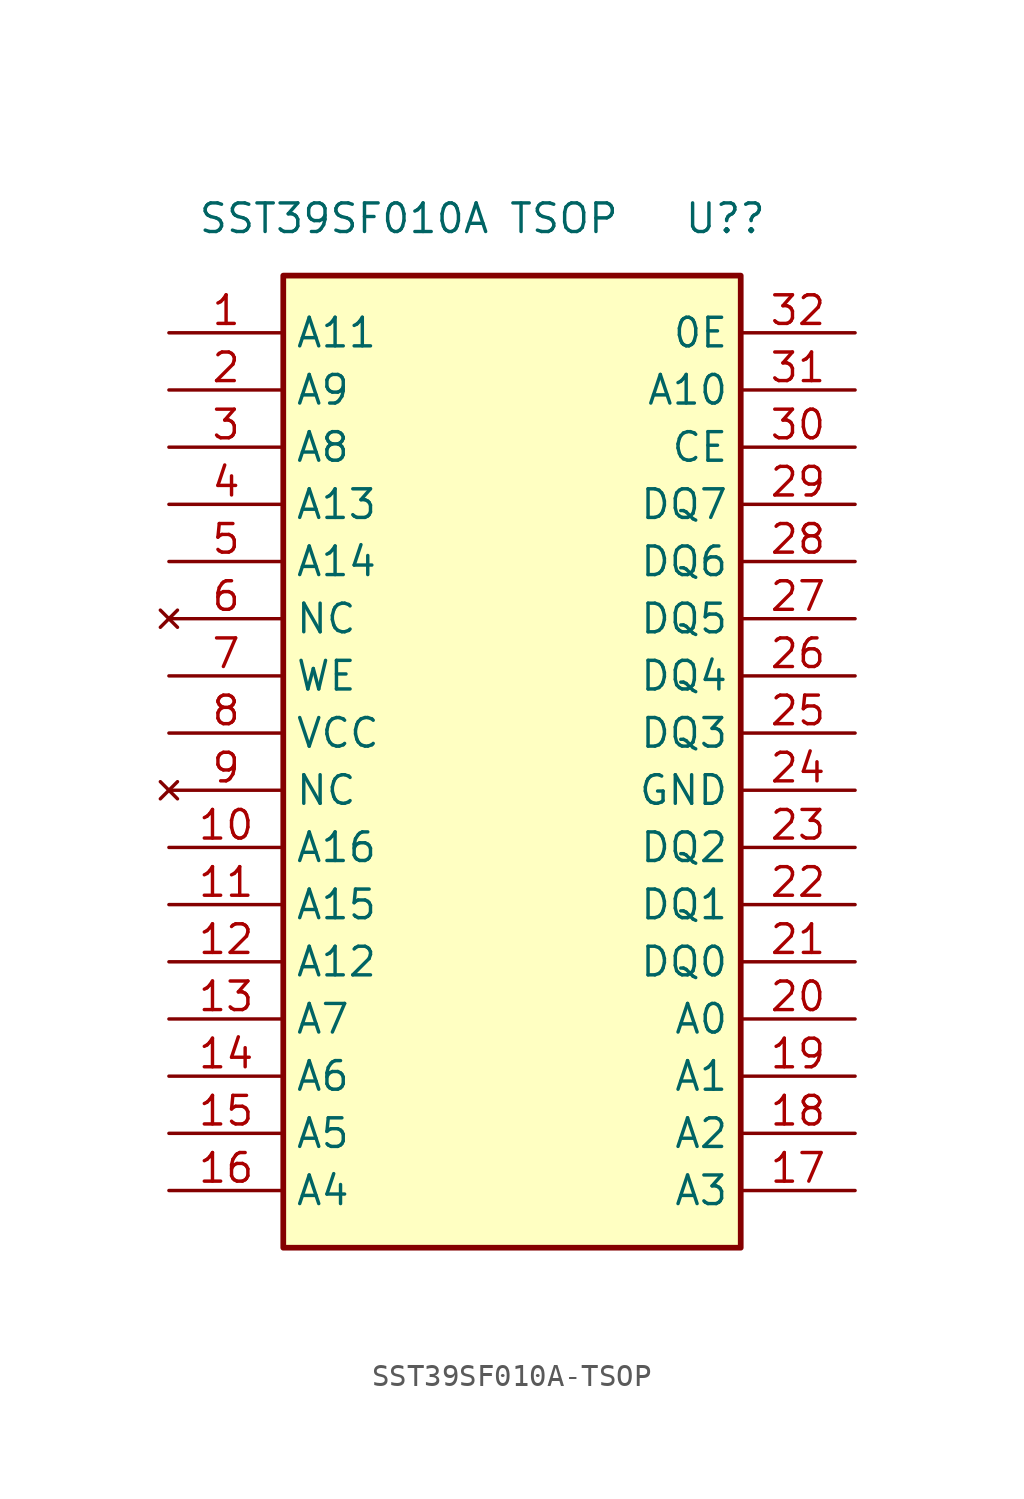
<source format=kicad_sym>
(kicad_symbol_lib
  (version 20220914)
  (generator kicad_symbol_editor)
  (symbol "SST39SF010A-TSOP"
    (property "Reference" "U?"
      (at 7.62 35.56 0)
      (effects (font (size 1.27 1.27)) (justify left)))
    (property "Value" "SST39SF010A TSOP"
      (at -13.97 35.56 0)
      (effects (font (size 1.27 1.27)) (justify left)))
    (symbol "SST39SF010A-TSOP_0_1"
      (rectangle (start -10.16 33.02) (end 10.16 -10.16) (stroke (width 0.254) (type default)) (fill (type background))))
    (symbol "SST39SF010A-TSOP_1_0"
      (pin input line (at -15.24 -7.62 0) (length 5.08) (name "A4" (effects (font (size 1.27 1.27)))) (number "16" (effects (font (size 1.27 1.27)))))
      (pin input line (at 15.24 30.48 180) (length 5.08) (name "0E" (effects (font (size 1.27 1.27)))) (number "32" (effects (font (size 1.27 1.27))))))
    (symbol "SST39SF010A-TSOP_1_1"
      (pin input line (at -15.24 30.48 0) (length 5.08) (name "A11" (effects (font (size 1.27 1.27)))) (number "1" (effects (font (size 1.27 1.27)))))
      (pin input line (at -15.24 7.62 0) (length 5.08) (name "A16" (effects (font (size 1.27 1.27)))) (number "10" (effects (font (size 1.27 1.27)))))
      (pin input line (at -15.24 5.08 0) (length 5.08) (name "A15" (effects (font (size 1.27 1.27)))) (number "11" (effects (font (size 1.27 1.27)))))
      (pin input line (at -15.24 2.54 0) (length 5.08) (name "A12" (effects (font (size 1.27 1.27)))) (number "12" (effects (font (size 1.27 1.27)))))
      (pin input line (at -15.24 0 0) (length 5.08) (name "A7" (effects (font (size 1.27 1.27)))) (number "13" (effects (font (size 1.27 1.27)))))
      (pin input line (at -15.24 -2.54 0) (length 5.08) (name "A6" (effects (font (size 1.27 1.27)))) (number "14" (effects (font (size 1.27 1.27)))))
      (pin input line (at -15.24 -5.08 0) (length 5.08) (name "A5" (effects (font (size 1.27 1.27)))) (number "15" (effects (font (size 1.27 1.27)))))
      (pin input line (at 15.24 -7.62 180) (length 5.08) (name "A3" (effects (font (size 1.27 1.27)))) (number "17" (effects (font (size 1.27 1.27)))))
      (pin input line (at 15.24 -5.08 180) (length 5.08) (name "A2" (effects (font (size 1.27 1.27)))) (number "18" (effects (font (size 1.27 1.27)))))
      (pin input line (at 15.24 -2.54 180) (length 5.08) (name "A1" (effects (font (size 1.27 1.27)))) (number "19" (effects (font (size 1.27 1.27)))))
      (pin input line (at -15.24 27.94 0) (length 5.08) (name "A9" (effects (font (size 1.27 1.27)))) (number "2" (effects (font (size 1.27 1.27)))))
      (pin input line (at 15.24 0 180) (length 5.08) (name "A0" (effects (font (size 1.27 1.27)))) (number "20" (effects (font (size 1.27 1.27)))))
      (pin tri_state line (at 15.24 2.54 180) (length 5.08) (name "DQ0" (effects (font (size 1.27 1.27)))) (number "21" (effects (font (size 1.27 1.27)))))
      (pin tri_state line (at 15.24 5.08 180) (length 5.08) (name "DQ1" (effects (font (size 1.27 1.27)))) (number "22" (effects (font (size 1.27 1.27)))))
      (pin bidirectional line (at 15.24 7.62 180) (length 5.08) (name "DQ2" (effects (font (size 1.27 1.27)))) (number "23" (effects (font (size 1.27 1.27)))))
      (pin power_in line (at 15.24 10.16 180) (length 5.08) (name "GND" (effects (font (size 1.27 1.27)))) (number "24" (effects (font (size 1.27 1.27)))))
      (pin bidirectional line (at 15.24 12.7 180) (length 5.08) (name "DQ3" (effects (font (size 1.27 1.27)))) (number "25" (effects (font (size 1.27 1.27)))))
      (pin bidirectional line (at 15.24 15.24 180) (length 5.08) (name "DQ4" (effects (font (size 1.27 1.27)))) (number "26" (effects (font (size 1.27 1.27)))))
      (pin bidirectional line (at 15.24 17.78 180) (length 5.08) (name "DQ5" (effects (font (size 1.27 1.27)))) (number "27" (effects (font (size 1.27 1.27)))))
      (pin tri_state line (at 15.24 20.32 180) (length 5.08) (name "DQ6" (effects (font (size 1.27 1.27)))) (number "28" (effects (font (size 1.27 1.27)))))
      (pin tri_state line (at 15.24 22.86 180) (length 5.08) (name "DQ7" (effects (font (size 1.27 1.27)))) (number "29" (effects (font (size 1.27 1.27)))))
      (pin input line (at -15.24 25.4 0) (length 5.08) (name "A8" (effects (font (size 1.27 1.27)))) (number "3" (effects (font (size 1.27 1.27)))))
      (pin input line (at 15.24 25.4 180) (length 5.08) (name "CE" (effects (font (size 1.27 1.27)))) (number "30" (effects (font (size 1.27 1.27)))))
      (pin input line (at 15.24 27.94 180) (length 5.08) (name "A10" (effects (font (size 1.27 1.27)))) (number "31" (effects (font (size 1.27 1.27)))))
      (pin input line (at -15.24 22.86 0) (length 5.08) (name "A13" (effects (font (size 1.27 1.27)))) (number "4" (effects (font (size 1.27 1.27)))))
      (pin input line (at -15.24 20.32 0) (length 5.08) (name "A14" (effects (font (size 1.27 1.27)))) (number "5" (effects (font (size 1.27 1.27)))))
      (pin no_connect line (at -15.24 17.78 0) (length 5.08) (name "NC" (effects (font (size 1.27 1.27)))) (number "6" (effects (font (size 1.27 1.27)))))
      (pin input line (at -15.24 15.24 0) (length 5.08) (name "WE" (effects (font (size 1.27 1.27)))) (number "7" (effects (font (size 1.27 1.27)))))
      (pin power_in line (at -15.24 12.7 0) (length 5.08) (name "VCC" (effects (font (size 1.27 1.27)))) (number "8" (effects (font (size 1.27 1.27)))))
      (pin no_connect line (at -15.24 10.16 0) (length 5.08) (name "NC" (effects (font (size 1.27 1.27)))) (number "9" (effects (font (size 1.27 1.27))))))))
</source>
